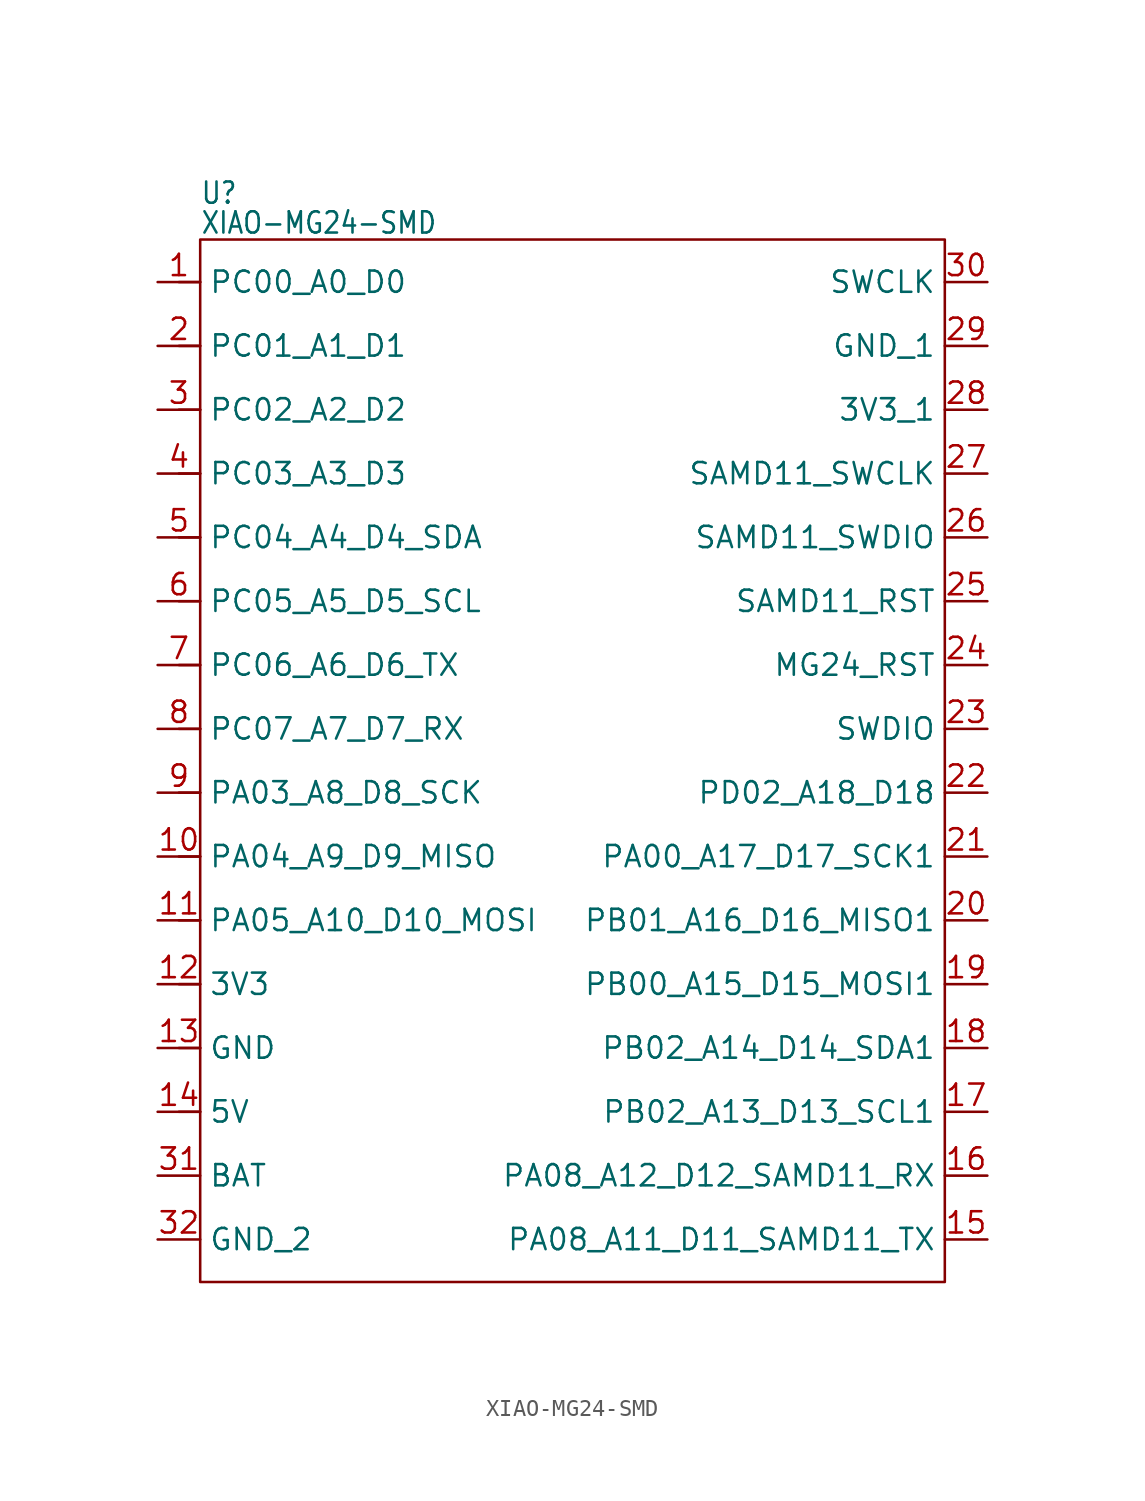
<source format=kicad_sym>
(kicad_symbol_lib
  (version 20241209)
  (generator "kicad_symbol_editor")
  (generator_version "9.0")
  (symbol "XIAO-MG24-SMD"
    (property "Reference" "U"
      (at -21.59 27.432 0)
      (effects (font (size 1.27 1.079)) (justify left bottom)))
    (property "Value" "XIAO-MG24-SMD"
      (at -21.59 25.654 0)
      (effects (font (size 1.27 1.079)) (justify left bottom)))
    (symbol "XIAO-MG24-SMD_0_1"
      (rectangle (start -21.59 25.4) (end 22.86 -36.83) (stroke (width 0) (type default)) (fill (type none))))
    (symbol "XIAO-MG24-SMD_1_0"
      (polyline (pts (xy -22.86 -3.81) (xy -21.59 -3.81)) (stroke (width 0.152) (type solid)) (fill (type none)))
      (polyline (pts (xy -22.86 -7.62) (xy -21.59 -7.62)) (stroke (width 0.152) (type solid)) (fill (type none)))
      (polyline (pts (xy -22.86 -11.43) (xy -21.59 -11.43)) (stroke (width 0.152) (type solid)) (fill (type none)))
      (polyline (pts (xy -22.86 -15.24) (xy -21.59 -15.24)) (stroke (width 0.152) (type solid)) (fill (type none)))
      (polyline (pts (xy -22.86 -19.05) (xy -21.59 -19.05)) (stroke (width 0.152) (type solid)) (fill (type none)))
      (polyline (pts (xy -22.86 -22.86) (xy -21.59 -22.86)) (stroke (width 0.152) (type solid)) (fill (type none)))
      (polyline (pts (xy -22.86 -26.67) (xy -21.59 -26.67)) (stroke (width 0.152) (type solid)) (fill (type none)))
      (polyline (pts (xy -21.59 22.86) (xy -22.86 22.86)) (stroke (width 0.152) (type solid)) (fill (type none)))
      (polyline (pts (xy -21.59 19.05) (xy -22.86 19.05)) (stroke (width 0.152) (type solid)) (fill (type none)))
      (polyline (pts (xy -21.59 15.24) (xy -22.86 15.24)) (stroke (width 0.152) (type solid)) (fill (type none)))
      (polyline (pts (xy -21.59 11.43) (xy -22.86 11.43)) (stroke (width 0.152) (type solid)) (fill (type none)))
      (polyline (pts (xy -21.59 7.62) (xy -22.86 7.62)) (stroke (width 0.152) (type solid)) (fill (type none)))
      (polyline (pts (xy -21.59 3.81) (xy -22.86 3.81)) (stroke (width 0.152) (type solid)) (fill (type none)))
      (polyline (pts (xy -21.59 0) (xy -22.86 0)) (stroke (width 0.152) (type solid)) (fill (type none)))
      (pin passive line (at -24.13 22.86 0) (length 2.54) (name "PC00_A0_D0" (effects (font (size 1.27 1.27)))) (number "1" (effects (font (size 1.27 1.27)))))
      (pin passive line (at -24.13 19.05 0) (length 2.54) (name "PC01_A1_D1" (effects (font (size 1.27 1.27)))) (number "2" (effects (font (size 1.27 1.27)))))
      (pin passive line (at -24.13 15.24 0) (length 2.54) (name "PC02_A2_D2" (effects (font (size 1.27 1.27)))) (number "3" (effects (font (size 1.27 1.27)))))
      (pin passive line (at -24.13 11.43 0) (length 2.54) (name "PC03_A3_D3" (effects (font (size 1.27 1.27)))) (number "4" (effects (font (size 1.27 1.27)))))
      (pin passive line (at -24.13 7.62 0) (length 2.54) (name "PC04_A4_D4_SDA" (effects (font (size 1.27 1.27)))) (number "5" (effects (font (size 1.27 1.27)))))
      (pin passive line (at -24.13 3.81 0) (length 2.54) (name "PC05_A5_D5_SCL" (effects (font (size 1.27 1.27)))) (number "6" (effects (font (size 1.27 1.27)))))
      (pin passive line (at -24.13 0 0) (length 2.54) (name "PC06_A6_D6_TX" (effects (font (size 1.27 1.27)))) (number "7" (effects (font (size 1.27 1.27)))))
      (pin passive line (at -24.13 -3.81 0) (length 2.54) (name "PC07_A7_D7_RX" (effects (font (size 1.27 1.27)))) (number "8" (effects (font (size 1.27 1.27)))))
      (pin passive line (at -24.13 -7.62 0) (length 2.54) (name "PA03_A8_D8_SCK" (effects (font (size 1.27 1.27)))) (number "9" (effects (font (size 1.27 1.27)))))
      (pin passive line (at -24.13 -11.43 0) (length 2.54) (name "PA04_A9_D9_MISO" (effects (font (size 1.27 1.27)))) (number "10" (effects (font (size 1.27 1.27)))))
      (pin passive line (at -24.13 -15.24 0) (length 2.54) (name "PA05_A10_D10_MOSI" (effects (font (size 1.27 1.27)))) (number "11" (effects (font (size 1.27 1.27)))))
      (pin passive line (at -24.13 -19.05 0) (length 2.54) (name "3V3" (effects (font (size 1.27 1.27)))) (number "12" (effects (font (size 1.27 1.27)))))
      (pin passive line (at -24.13 -22.86 0) (length 2.54) (name "GND" (effects (font (size 1.27 1.27)))) (number "13" (effects (font (size 1.27 1.27)))))
      (pin passive line (at -24.13 -26.67 0) (length 2.54) (name "5V" (effects (font (size 1.27 1.27)))) (number "14" (effects (font (size 1.27 1.27))))))
    (symbol "XIAO-MG24-SMD_1_1"
      (pin passive line (at -24.13 -30.48 0) (length 2.54) (name "BAT" (effects (font (size 1.27 1.27)))) (number "31" (effects (font (size 1.27 1.27)))))
      (pin passive line (at -24.13 -34.29 0) (length 2.54) (name "GND_2" (effects (font (size 1.27 1.27)))) (number "32" (effects (font (size 1.27 1.27)))))
      (pin passive line (at 25.4 22.86 180) (length 2.54) (name "SWCLK" (effects (font (size 1.27 1.27)))) (number "30" (effects (font (size 1.27 1.27)))))
      (pin passive line (at 25.4 19.05 180) (length 2.54) (name "GND_1" (effects (font (size 1.27 1.27)))) (number "29" (effects (font (size 1.27 1.27)))))
      (pin passive line (at 25.4 15.24 180) (length 2.54) (name "3V3_1" (effects (font (size 1.27 1.27)))) (number "28" (effects (font (size 1.27 1.27)))))
      (pin passive line (at 25.4 11.43 180) (length 2.54) (name "SAMD11_SWCLK" (effects (font (size 1.27 1.27)))) (number "27" (effects (font (size 1.27 1.27)))))
      (pin passive line (at 25.4 7.62 180) (length 2.54) (name "SAMD11_SWDIO" (effects (font (size 1.27 1.27)))) (number "26" (effects (font (size 1.27 1.27)))))
      (pin passive line (at 25.4 3.81 180) (length 2.54) (name "SAMD11_RST" (effects (font (size 1.27 1.27)))) (number "25" (effects (font (size 1.27 1.27)))))
      (pin passive line (at 25.4 0 180) (length 2.54) (name "MG24_RST" (effects (font (size 1.27 1.27)))) (number "24" (effects (font (size 1.27 1.27)))))
      (pin passive line (at 25.4 -3.81 180) (length 2.54) (name "SWDIO" (effects (font (size 1.27 1.27)))) (number "23" (effects (font (size 1.27 1.27)))))
      (pin passive line (at 25.4 -7.62 180) (length 2.54) (name "PD02_A18_D18" (effects (font (size 1.27 1.27)))) (number "22" (effects (font (size 1.27 1.27)))))
      (pin passive line (at 25.4 -11.43 180) (length 2.54) (name "PA00_A17_D17_SCK1" (effects (font (size 1.27 1.27)))) (number "21" (effects (font (size 1.27 1.27)))))
      (pin passive line (at 25.4 -15.24 180) (length 2.54) (name "PB01_A16_D16_MISO1" (effects (font (size 1.27 1.27)))) (number "20" (effects (font (size 1.27 1.27)))))
      (pin passive line (at 25.4 -19.05 180) (length 2.54) (name "PB00_A15_D15_MOSI1" (effects (font (size 1.27 1.27)))) (number "19" (effects (font (size 1.27 1.27)))))
      (pin passive line (at 25.4 -22.86 180) (length 2.54) (name "PB02_A14_D14_SDA1" (effects (font (size 1.27 1.27)))) (number "18" (effects (font (size 1.27 1.27)))))
      (pin passive line (at 25.4 -26.67 180) (length 2.54) (name "PB02_A13_D13_SCL1" (effects (font (size 1.27 1.27)))) (number "17" (effects (font (size 1.27 1.27)))))
      (pin passive line (at 25.4 -30.48 180) (length 2.54) (name "PA08_A12_D12_SAMD11_RX" (effects (font (size 1.27 1.27)))) (number "16" (effects (font (size 1.27 1.27)))))
      (pin passive line (at 25.4 -34.29 180) (length 2.54) (name "PA08_A11_D11_SAMD11_TX" (effects (font (size 1.27 1.27)))) (number "15" (effects (font (size 1.27 1.27))))))))
</source>
